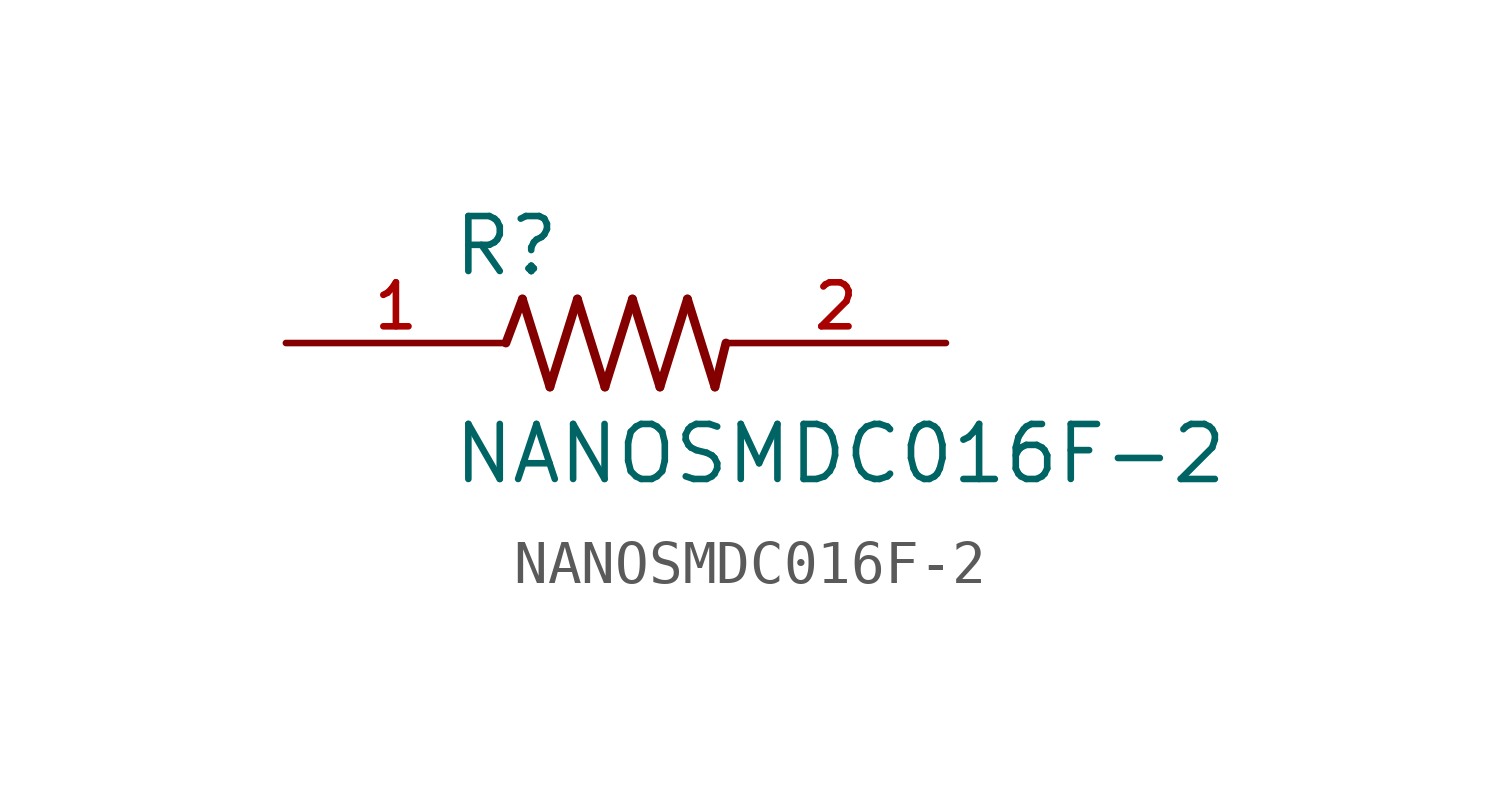
<source format=kicad_sym>
(kicad_symbol_lib
  (version 20241209)
  (generator "kicad_symbol_editor")
  (generator_version "9.0")
  (symbol "NANOSMDC016F-2"
    (pin_names
      (offset 1.016))
    (property "Reference" "R"
      (at -3.81 1.499 0)
      (effects (font (size 1.27 1.27)) (justify left bottom)))
    (property "Value" "NANOSMDC016F-2"
      (at -3.81 -3.302 0)
      (effects (font (size 1.27 1.27)) (justify left bottom)))
    (symbol "NANOSMDC016F-2_0_0"
      (polyline (pts (xy -2.54 0) (xy -2.159 1.016)) (stroke (width 0.203) (type default)) (fill (type none)))
      (polyline (pts (xy -2.159 1.016) (xy -1.524 -1.016)) (stroke (width 0.203) (type default)) (fill (type none)))
      (polyline (pts (xy -1.524 -1.016) (xy -0.889 1.016)) (stroke (width 0.203) (type default)) (fill (type none)))
      (polyline (pts (xy -0.889 1.016) (xy -0.254 -1.016)) (stroke (width 0.203) (type default)) (fill (type none)))
      (polyline (pts (xy -0.254 -1.016) (xy 0.381 1.016)) (stroke (width 0.203) (type default)) (fill (type none)))
      (polyline (pts (xy 0.381 1.016) (xy 1.016 -1.016)) (stroke (width 0.203) (type default)) (fill (type none)))
      (polyline (pts (xy 1.016 -1.016) (xy 1.651 1.016)) (stroke (width 0.203) (type default)) (fill (type none)))
      (polyline (pts (xy 1.651 1.016) (xy 2.286 -1.016)) (stroke (width 0.203) (type default)) (fill (type none)))
      (polyline (pts (xy 2.286 -1.016) (xy 2.54 0)) (stroke (width 0.203) (type default)) (fill (type none)))
      (pin passive line (at -7.62 0 0) (length 5.08) (name "~" (effects (font (size 1.016 1.016)))) (number "1" (effects (font (size 1.016 1.016)))))
      (pin passive line (at 7.62 0 180) (length 5.08) (name "~" (effects (font (size 1.016 1.016)))) (number "2" (effects (font (size 1.016 1.016))))))))
</source>
